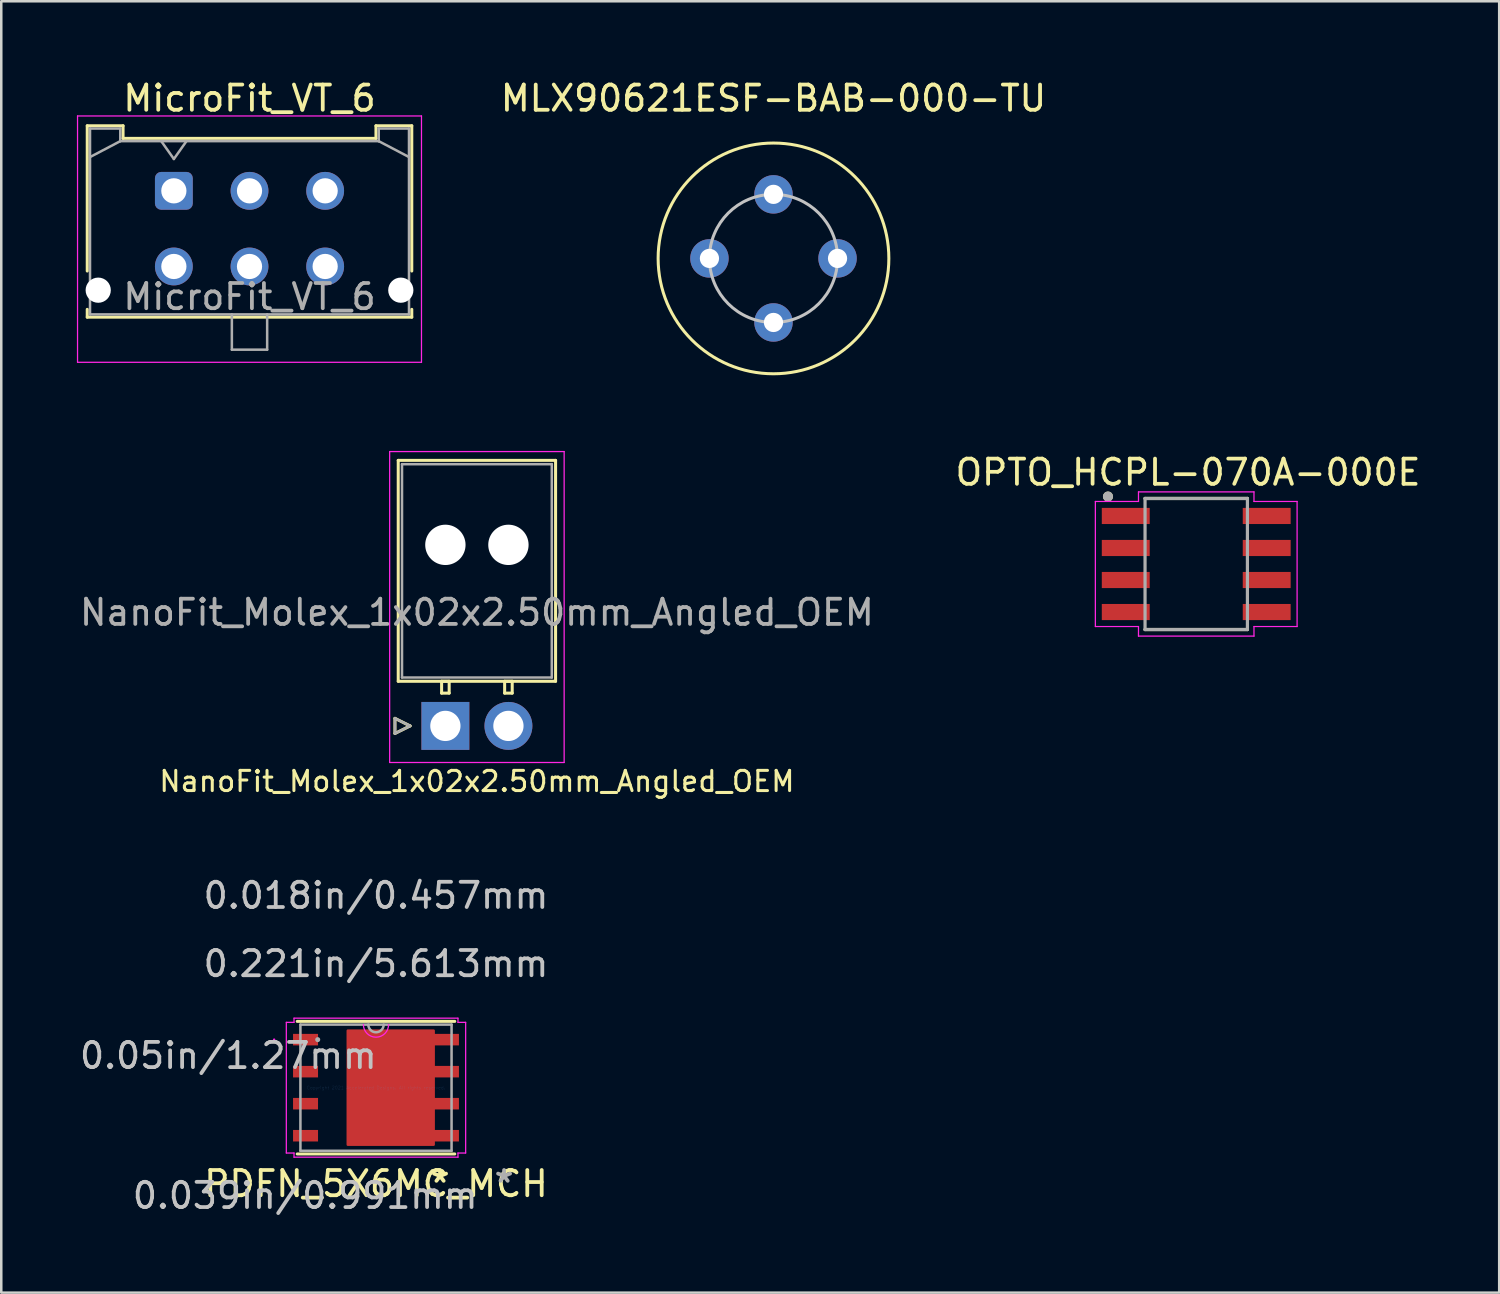
<source format=kicad_pcb>
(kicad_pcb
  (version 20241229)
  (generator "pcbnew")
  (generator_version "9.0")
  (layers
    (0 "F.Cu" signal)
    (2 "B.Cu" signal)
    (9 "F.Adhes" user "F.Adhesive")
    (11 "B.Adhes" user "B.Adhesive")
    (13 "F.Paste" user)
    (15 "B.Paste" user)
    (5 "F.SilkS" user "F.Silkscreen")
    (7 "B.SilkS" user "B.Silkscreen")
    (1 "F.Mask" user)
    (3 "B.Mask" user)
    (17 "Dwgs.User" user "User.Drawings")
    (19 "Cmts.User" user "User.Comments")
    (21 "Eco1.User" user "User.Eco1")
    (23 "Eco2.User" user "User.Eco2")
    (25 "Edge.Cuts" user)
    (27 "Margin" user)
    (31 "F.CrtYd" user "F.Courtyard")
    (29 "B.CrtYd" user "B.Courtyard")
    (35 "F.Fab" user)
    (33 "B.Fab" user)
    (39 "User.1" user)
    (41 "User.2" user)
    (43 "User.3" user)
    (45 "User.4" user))
  (footprint "NanoFit_Molex_1x02x2.50mm_Angled_OEM"
    (layer "F.Cu")
    (at 14.613 25.738)
    (property "Reference" "NanoFit_Molex_1x02x2.50mm_Angled_OEM" (at 1.25 2.2 0) (layer "F.SilkS") (effects (font (size 0.8 0.8) (thickness 0.12))))
    (attr through_hole)
    (fp_line (start -2 -0.3) (end -1.4 0) (stroke (width 0.12) (type solid)) (layer "F.SilkS"))
    (fp_line (start -2 0.3) (end -2 -0.3) (stroke (width 0.12) (type solid)) (layer "F.SilkS"))
    (fp_line (start -1.87 -10.53) (end -1.87 -1.77) (stroke (width 0.12) (type solid)) (layer "F.SilkS"))
    (fp_line (start -1.87 -1.77) (end 4.37 -1.77) (stroke (width 0.12) (type solid)) (layer "F.SilkS"))
    (fp_line (start -1.4 0) (end -2 0.3) (stroke (width 0.12) (type solid)) (layer "F.SilkS"))
    (fp_line (start -0.15 -1.77) (end -0.15 -1.3) (stroke (width 0.12) (type solid)) (layer "F.SilkS"))
    (fp_line (start -0.15 -1.3) (end 0.15 -1.3) (stroke (width 0.12) (type solid)) (layer "F.SilkS"))
    (fp_line (start 0.15 -1.77) (end -0.15 -1.77) (stroke (width 0.12) (type solid)) (layer "F.SilkS"))
    (fp_line (start 0.15 -1.3) (end 0.15 -1.77) (stroke (width 0.12) (type solid)) (layer "F.SilkS"))
    (fp_line (start 2.35 -1.77) (end 2.35 -1.3) (stroke (width 0.12) (type solid)) (layer "F.SilkS"))
    (fp_line (start 2.35 -1.3) (end 2.65 -1.3) (stroke (width 0.12) (type solid)) (layer "F.SilkS"))
    (fp_line (start 2.65 -1.77) (end 2.35 -1.77) (stroke (width 0.12) (type solid)) (layer "F.SilkS"))
    (fp_line (start 2.65 -1.3) (end 2.65 -1.77) (stroke (width 0.12) (type solid)) (layer "F.SilkS"))
    (fp_line (start 4.37 -10.53) (end -1.87 -10.53) (stroke (width 0.12) (type solid)) (layer "F.SilkS"))
    (fp_line (start 4.37 -1.77) (end 4.37 -10.53) (stroke (width 0.12) (type solid)) (layer "F.SilkS"))
    (fp_line (start -2.21 -10.88) (end -2.21 1.45) (stroke (width 0.05) (type solid)) (layer "F.CrtYd"))
    (fp_line (start -2.21 1.45) (end 4.71 1.45) (stroke (width 0.05) (type solid)) (layer "F.CrtYd"))
    (fp_line (start 4.71 -10.88) (end -2.21 -10.88) (stroke (width 0.05) (type solid)) (layer "F.CrtYd"))
    (fp_line (start 4.71 1.45) (end 4.71 -10.88) (stroke (width 0.05) (type solid)) (layer "F.CrtYd"))
    (fp_line (start -2 -0.3) (end -1.4 0) (stroke (width 0.1) (type solid)) (layer "F.Fab"))
    (fp_line (start -2 0.3) (end -2 -0.3) (stroke (width 0.1) (type solid)) (layer "F.Fab"))
    (fp_line (start -1.72 -10.38) (end -1.72 -1.92) (stroke (width 0.1) (type solid)) (layer "F.Fab"))
    (fp_line (start -1.72 -1.92) (end 4.22 -1.92) (stroke (width 0.1) (type solid)) (layer "F.Fab"))
    (fp_line (start -1.4 0) (end -2 0.3) (stroke (width 0.1) (type solid)) (layer "F.Fab"))
    (fp_line (start 4.22 -10.38) (end -1.72 -10.38) (stroke (width 0.1) (type solid)) (layer "F.Fab"))
    (fp_line (start 4.22 -1.92) (end 4.22 -10.38) (stroke (width 0.1) (type solid)) (layer "F.Fab"))
    (fp_text user "${REFERENCE}" (at 1.25 -4.5 0) (layer "F.Fab") (effects (font (size 1 1) (thickness 0.15))))
    (pad "" np_thru_hole circle (at 0 -7.18) (size 1.6 1.6) (drill 1.6) (layers "*.Cu" "*.Mask"))
    (pad "" np_thru_hole circle (at 2.5 -7.18) (size 1.6 1.6) (drill 1.6) (layers "*.Cu" "*.Mask"))
    (pad "1" thru_hole rect (at 0 0) (size 1.9 1.9) (drill 1.2) (layers "*.Cu" "*.Mask"))
    (pad "2" thru_hole circle (at 2.5 0) (size 1.9 1.9) (drill 1.2) (layers "*.Cu" "*.Mask")))
  (footprint "MLX90621ESF-BAB-000-TU"
    (layer "F.Cu")
    (at 27.625 7.198)
    (property "Reference" "MLX90621ESF-BAB-000-TU" (at 0 -6.35 0) (layer "F.SilkS") (effects (font (size 1 1) (thickness 0.15))))
    (attr through_hole)
    (fp_circle (center 0 0) (end 4.575 0) (stroke (width 0.12) (type solid)) (fill no) (layer "F.SilkS"))
    (fp_circle (center 0 0) (end 2.54 0) (stroke (width 0.12) (type solid)) (fill no) (layer "Dwgs.User"))
    (pad "1" thru_hole circle (at 0 -2.54) (size 1.524 1.524) (drill 0.762) (layers "*.Cu" "*.Mask"))
    (pad "2" thru_hole circle (at 2.54 0) (size 1.524 1.524) (drill 0.762) (layers "*.Cu" "*.Mask"))
    (pad "3" thru_hole circle (at 0 2.54) (size 1.524 1.524) (drill 0.762) (layers "*.Cu" "*.Mask"))
    (pad "4" thru_hole circle (at -2.54 0) (size 1.524 1.524) (drill 0.762) (layers "*.Cu" "*.Mask")))
  (footprint "MicroFit_VT_6"
    (layer "F.Cu")
    (at 3.845 4.518)
    (property "Reference" "MicroFit_VT_6" (at 3 -3.67 0) (layer "F.SilkS") (effects (font (size 1 1) (thickness 0.15))))
    (attr through_hole)
    (fp_line (start -3.435 -2.58) (end -2.015 -2.58) (stroke (width 0.12) (type solid)) (layer "F.SilkS"))
    (fp_line (start -3.435 3.18) (end -3.435 -2.58) (stroke (width 0.12) (type solid)) (layer "F.SilkS"))
    (fp_line (start -3.435 4.7) (end -3.435 5.01) (stroke (width 0.12) (type solid)) (layer "F.SilkS"))
    (fp_line (start -3.435 5.01) (end 9.435 5.01) (stroke (width 0.12) (type solid)) (layer "F.SilkS"))
    (fp_line (start -2.015 -2.58) (end -2.015 -2.08) (stroke (width 0.12) (type solid)) (layer "F.SilkS"))
    (fp_line (start -2.015 -2.08) (end 8.015 -2.08) (stroke (width 0.12) (type solid)) (layer "F.SilkS"))
    (fp_line (start 8.015 -2.58) (end 9.435 -2.58) (stroke (width 0.12) (type solid)) (layer "F.SilkS"))
    (fp_line (start 8.015 -2.08) (end 8.015 -2.58) (stroke (width 0.12) (type solid)) (layer "F.SilkS"))
    (fp_line (start 9.435 -2.58) (end 9.435 3.18) (stroke (width 0.12) (type solid)) (layer "F.SilkS"))
    (fp_line (start 9.435 5.01) (end 9.435 4.7) (stroke (width 0.12) (type solid)) (layer "F.SilkS"))
    (fp_line (start -3.82 -2.97) (end 9.82 -2.97) (stroke (width 0.05) (type solid)) (layer "F.CrtYd"))
    (fp_line (start -3.82 6.8) (end -3.82 -2.97) (stroke (width 0.05) (type solid)) (layer "F.CrtYd"))
    (fp_line (start 9.82 -2.97) (end 9.82 6.8) (stroke (width 0.05) (type solid)) (layer "F.CrtYd"))
    (fp_line (start 9.82 6.8) (end -3.82 6.8) (stroke (width 0.05) (type solid)) (layer "F.CrtYd"))
    (fp_line (start -3.325 -2.47) (end -3.325 4.9) (stroke (width 0.1) (type solid)) (layer "F.Fab"))
    (fp_line (start -3.325 -1.34) (end -2.125 -1.97) (stroke (width 0.1) (type solid)) (layer "F.Fab"))
    (fp_line (start -3.325 4.9) (end 9.325 4.9) (stroke (width 0.1) (type solid)) (layer "F.Fab"))
    (fp_line (start -2.125 -2.47) (end -3.325 -2.47) (stroke (width 0.1) (type solid)) (layer "F.Fab"))
    (fp_line (start -2.125 -1.97) (end -2.125 -2.47) (stroke (width 0.1) (type solid)) (layer "F.Fab"))
    (fp_line (start -0.5 -1.97) (end 0 -1.263) (stroke (width 0.1) (type solid)) (layer "F.Fab"))
    (fp_line (start 0 -1.263) (end 0.5 -1.97) (stroke (width 0.1) (type solid)) (layer "F.Fab"))
    (fp_line (start 2.3 4.9) (end 2.3 6.3) (stroke (width 0.1) (type solid)) (layer "F.Fab"))
    (fp_line (start 2.3 6.3) (end 3.7 6.3) (stroke (width 0.1) (type solid)) (layer "F.Fab"))
    (fp_line (start 3.7 6.3) (end 3.7 4.9) (stroke (width 0.1) (type solid)) (layer "F.Fab"))
    (fp_line (start 8.125 -2.47) (end 8.125 -1.97) (stroke (width 0.1) (type solid)) (layer "F.Fab"))
    (fp_line (start 8.125 -1.97) (end -2.125 -1.97) (stroke (width 0.1) (type solid)) (layer "F.Fab"))
    (fp_line (start 9.325 -2.47) (end 8.125 -2.47) (stroke (width 0.1) (type solid)) (layer "F.Fab"))
    (fp_line (start 9.325 -1.34) (end 8.125 -1.97) (stroke (width 0.1) (type solid)) (layer "F.Fab"))
    (fp_line (start 9.325 4.9) (end 9.325 -2.47) (stroke (width 0.1) (type solid)) (layer "F.Fab"))
    (fp_text user "${REFERENCE}" (at 3 4.2 0) (layer "F.Fab") (effects (font (size 1 1) (thickness 0.15))))
    (pad "" np_thru_hole circle (at -3 3.94) (size 1 1) (drill 1) (layers "*.Cu" "*.Mask"))
    (pad "" np_thru_hole circle (at 9 3.94) (size 1 1) (drill 1) (layers "*.Cu" "*.Mask"))
    (pad "1" thru_hole roundrect (at 0 0) (size 1.5 1.5) (drill 1) (layers "*.Cu" "*.Mask") (roundrect_rratio 0.167))
    (pad "2" thru_hole circle (at 3 0) (size 1.5 1.5) (drill 1) (layers "*.Cu" "*.Mask"))
    (pad "3" thru_hole circle (at 6 0) (size 1.5 1.5) (drill 1) (layers "*.Cu" "*.Mask"))
    (pad "4" thru_hole circle (at 0 3) (size 1.5 1.5) (drill 1) (layers "*.Cu" "*.Mask"))
    (pad "5" thru_hole circle (at 3 3) (size 1.5 1.5) (drill 1) (layers "*.Cu" "*.Mask"))
    (pad "6" thru_hole circle (at 6 3) (size 1.5 1.5) (drill 1) (layers "*.Cu" "*.Mask")))
  (footprint "PDFN_5X6MC_MCH"
    (layer "F.Cu")
    (at 11.861 40.085)
    (property "Reference" "PDFN_5X6MC_MCH" (at 0 3.81 0) (layer "F.SilkS") (effects (font (size 1 1) (thickness 0.15))))
    (attr through_hole)
    (fp_poly (pts (xy 2.286 -2.261) (xy -1.118 -2.261) (xy -1.118 2.261) (xy 2.286 2.261)) (stroke (width 0.1) (type solid)) (fill yes) (layer "F.Cu"))
    (fp_poly (pts (xy 2.286 -2.261) (xy -1.118 -2.261) (xy -1.118 2.261) (xy 2.286 2.261)) (stroke (width 0.1) (type solid)) (fill yes) (layer "F.Mask"))
    (fp_line (start -3.124 2.629) (end 3.124 2.629) (stroke (width 0.12) (type solid)) (layer "F.SilkS"))
    (fp_line (start 3.124 -2.629) (end -3.124 -2.629) (stroke (width 0.12) (type solid)) (layer "F.SilkS"))
    (fp_poly (pts (xy -3.289 -2.134) (xy -3.289 -1.676) (xy -2.299 -1.676) (xy -2.299 -2.134)) (stroke (width 0.1) (type solid)) (fill yes) (layer "F.Paste"))
    (fp_poly (pts (xy -3.289 -0.864) (xy -3.289 -0.406) (xy -2.299 -0.406) (xy -2.299 -0.864)) (stroke (width 0.1) (type solid)) (fill yes) (layer "F.Paste"))
    (fp_poly (pts (xy -3.289 0.406) (xy -3.289 0.864) (xy -2.299 0.864) (xy -2.299 0.406)) (stroke (width 0.1) (type solid)) (fill yes) (layer "F.Paste"))
    (fp_poly (pts (xy -3.289 1.676) (xy -3.289 2.134) (xy -2.299 2.134) (xy -2.299 1.676)) (stroke (width 0.1) (type solid)) (fill yes) (layer "F.Paste"))
    (fp_poly (pts (xy -1.018 -2.161) (xy -1.018 -0.854) (xy 0.484 -0.854) (xy 0.484 -2.161)) (stroke (width 0.1) (type solid)) (fill yes) (layer "F.Paste"))
    (fp_poly (pts (xy -1.018 -2.161) (xy -1.018 -0.854) (xy 0.484 -0.854) (xy 0.484 -2.161)) (stroke (width 0.1) (type solid)) (fill yes) (layer "F.Paste"))
    (fp_poly (pts (xy -1.018 -2.161) (xy -1.018 -0.854) (xy 0.484 -0.854) (xy 0.484 -2.161)) (stroke (width 0.1) (type solid)) (fill yes) (layer "F.Paste"))
    (fp_poly (pts (xy -1.018 -0.654) (xy -1.018 0.654) (xy 0.484 0.654) (xy 0.484 -0.654)) (stroke (width 0.1) (type solid)) (fill yes) (layer "F.Paste"))
    (fp_poly (pts (xy -1.018 -0.654) (xy -1.018 0.654) (xy 0.484 0.654) (xy 0.484 -0.654)) (stroke (width 0.1) (type solid)) (fill yes) (layer "F.Paste"))
    (fp_poly (pts (xy -1.018 -0.654) (xy -1.018 0.654) (xy 0.484 0.654) (xy 0.484 -0.654)) (stroke (width 0.1) (type solid)) (fill yes) (layer "F.Paste"))
    (fp_poly (pts (xy -1.018 0.854) (xy -1.018 2.161) (xy 0.484 2.161) (xy 0.484 0.854)) (stroke (width 0.1) (type solid)) (fill yes) (layer "F.Paste"))
    (fp_poly (pts (xy -1.018 0.854) (xy -1.018 2.161) (xy 0.484 2.161) (xy 0.484 0.854)) (stroke (width 0.1) (type solid)) (fill yes) (layer "F.Paste"))
    (fp_poly (pts (xy -1.018 0.854) (xy -1.018 2.161) (xy 0.484 2.161) (xy 0.484 0.854)) (stroke (width 0.1) (type solid)) (fill yes) (layer "F.Paste"))
    (fp_poly (pts (xy 0.684 -2.161) (xy 0.684 -0.854) (xy 2.186 -0.854) (xy 2.186 -2.161)) (stroke (width 0.1) (type solid)) (fill yes) (layer "F.Paste"))
    (fp_poly (pts (xy 0.684 -2.161) (xy 0.684 -0.854) (xy 2.186 -0.854) (xy 2.186 -2.161)) (stroke (width 0.1) (type solid)) (fill yes) (layer "F.Paste"))
    (fp_poly (pts (xy 0.684 -2.161) (xy 0.684 -0.854) (xy 2.186 -0.854) (xy 2.186 -2.161)) (stroke (width 0.1) (type solid)) (fill yes) (layer "F.Paste"))
    (fp_poly (pts (xy 0.684 -0.654) (xy 0.684 0.654) (xy 2.186 0.654) (xy 2.186 -0.654)) (stroke (width 0.1) (type solid)) (fill yes) (layer "F.Paste"))
    (fp_poly (pts (xy 0.684 -0.654) (xy 0.684 0.654) (xy 2.186 0.654) (xy 2.186 -0.654)) (stroke (width 0.1) (type solid)) (fill yes) (layer "F.Paste"))
    (fp_poly (pts (xy 0.684 -0.654) (xy 0.684 0.654) (xy 2.186 0.654) (xy 2.186 -0.654)) (stroke (width 0.1) (type solid)) (fill yes) (layer "F.Paste"))
    (fp_poly (pts (xy 0.684 0.854) (xy 0.684 2.161) (xy 2.186 2.161) (xy 2.186 0.854)) (stroke (width 0.1) (type solid)) (fill yes) (layer "F.Paste"))
    (fp_poly (pts (xy 0.684 0.854) (xy 0.684 2.161) (xy 2.186 2.161) (xy 2.186 0.854)) (stroke (width 0.1) (type solid)) (fill yes) (layer "F.Paste"))
    (fp_poly (pts (xy 0.684 0.854) (xy 0.684 2.161) (xy 2.186 2.161) (xy 2.186 0.854)) (stroke (width 0.1) (type solid)) (fill yes) (layer "F.Paste"))
    (fp_poly (pts (xy 2.299 -2.134) (xy 2.299 -1.676) (xy 3.289 -1.676) (xy 3.289 -2.134)) (stroke (width 0.1) (type solid)) (fill yes) (layer "F.Paste"))
    (fp_poly (pts (xy 2.299 -0.864) (xy 2.299 -0.406) (xy 3.289 -0.406) (xy 3.289 -0.864)) (stroke (width 0.1) (type solid)) (fill yes) (layer "F.Paste"))
    (fp_poly (pts (xy 2.299 0.406) (xy 2.299 0.864) (xy 3.289 0.864) (xy 3.289 0.406)) (stroke (width 0.1) (type solid)) (fill yes) (layer "F.Paste"))
    (fp_poly (pts (xy 2.299 1.676) (xy 2.299 2.134) (xy 3.289 2.134) (xy 3.289 1.676)) (stroke (width 0.1) (type solid)) (fill yes) (layer "F.Paste"))
    (fp_line (start -3.556 -2.591) (end -3.251 -2.591) (stroke (width 0.05) (type solid)) (layer "F.CrtYd"))
    (fp_line (start -3.556 2.591) (end -3.556 -2.591) (stroke (width 0.05) (type solid)) (layer "F.CrtYd"))
    (fp_line (start -3.251 -2.756) (end 3.251 -2.756) (stroke (width 0.05) (type solid)) (layer "F.CrtYd"))
    (fp_line (start -3.251 -2.591) (end -3.251 -2.756) (stroke (width 0.05) (type solid)) (layer "F.CrtYd"))
    (fp_line (start -3.251 2.591) (end -3.556 2.591) (stroke (width 0.05) (type solid)) (layer "F.CrtYd"))
    (fp_line (start -3.251 2.756) (end -3.251 2.591) (stroke (width 0.05) (type solid)) (layer "F.CrtYd"))
    (fp_line (start 3.251 -2.756) (end 3.251 -2.591) (stroke (width 0.05) (type solid)) (layer "F.CrtYd"))
    (fp_line (start 3.251 -2.591) (end 3.556 -2.591) (stroke (width 0.05) (type solid)) (layer "F.CrtYd"))
    (fp_line (start 3.251 2.591) (end 3.251 2.756) (stroke (width 0.05) (type solid)) (layer "F.CrtYd"))
    (fp_line (start 3.251 2.756) (end -3.251 2.756) (stroke (width 0.05) (type solid)) (layer "F.CrtYd"))
    (fp_line (start 3.556 -2.591) (end 3.556 2.591) (stroke (width 0.05) (type solid)) (layer "F.CrtYd"))
    (fp_line (start 3.556 2.591) (end 3.251 2.591) (stroke (width 0.05) (type solid)) (layer "F.CrtYd"))
    (fp_arc (start 0.499533 -2.5019) (mid 0 -2.002367) (end -0.499533 -2.5019) (stroke (width 0.05) (type solid)) (layer "F.CrtYd"))
    (fp_circle (center -4.039 -1.905) (end -4.039 -1.905) (stroke (width 0.05) (type solid)) (fill no) (layer "F.CrtYd"))
    (fp_line (start -2.997 -2.502) (end -2.997 2.502) (stroke (width 0.1) (type solid)) (layer "F.Fab"))
    (fp_line (start -2.997 2.502) (end 2.997 2.502) (stroke (width 0.1) (type solid)) (layer "F.Fab"))
    (fp_line (start 2.997 -2.502) (end -2.997 -2.502) (stroke (width 0.1) (type solid)) (layer "F.Fab"))
    (fp_line (start 2.997 2.502) (end 2.997 -2.502) (stroke (width 0.1) (type solid)) (layer "F.Fab"))
    (fp_arc (start 0.3048 -2.5019) (mid 0 -2.1971) (end -0.3048 -2.5019) (stroke (width 0.1) (type solid)) (layer "F.Fab"))
    (fp_circle (center -2.311 -1.905) (end -2.311 -1.905) (stroke (width 0.1) (type solid)) (fill no) (layer "F.Fab"))
    (fp_text user "*" (at 2.54 3.81 0) (layer "F.SilkS") (effects (font (size 1 1) (thickness 0.15))))
    (fp_text user "0.05in/1.27mm" (at -5.855 -1.27 0) (layer "Dwgs.User") (effects (font (size 1 1) (thickness 0.15))))
    (fp_text user "0.018in/0.457mm" (at 0 -7.62 0) (layer "Dwgs.User") (effects (font (size 1 1) (thickness 0.15))))
    (fp_text user "0.221in/5.613mm" (at 0 -4.915 0) (layer "Dwgs.User") (effects (font (size 1 1) (thickness 0.15))))
    (fp_text user "0.039in/0.991mm" (at -2.807 4.28 0) (layer "Dwgs.User") (effects (font (size 1 1) (thickness 0.15))))
    (fp_text user "Copyright 2021 Accelerated Designs. All rights reserved." (at 0 0 0) (layer "Cmts.User") (effects (font (size 0.127 0.127) (thickness 0.002))))
    (fp_text user "*" (at 5.08 3.81 0) (layer "F.Fab") (effects (font (size 1 1) (thickness 0.15))))
    (pad "1" smd rect (at -2.794 -1.905) (size 0.991 0.457) (layers "F.Cu" "F.Mask"))
    (pad "1" smd rect (at -2.794 -0.635) (size 0.991 0.457) (layers "F.Cu" "F.Mask"))
    (pad "1" smd rect (at -2.794 0.635) (size 0.991 0.457) (layers "F.Cu" "F.Mask"))
    (pad "2" smd rect (at -2.794 1.905) (size 0.991 0.457) (layers "F.Cu" "F.Mask"))
    (pad "3" smd rect (at 2.794 -1.905) (size 0.991 0.457) (layers "F.Cu" "F.Mask"))
    (pad "3" smd rect (at 2.794 -0.635) (size 0.991 0.457) (layers "F.Cu" "F.Mask"))
    (pad "3" smd rect (at 2.794 0.635) (size 0.991 0.457) (layers "F.Cu" "F.Mask"))
    (pad "3" smd rect (at 2.794 1.905) (size 0.991 0.457) (layers "F.Cu" "F.Mask")))
  (footprint "OPTO_HCPL-070A-000E"
    (layer "F.Cu")
    (at 44.39 19.317)
    (property "Reference" "OPTO_HCPL-070A-000E" (at -0.325 -3.635 0) (layer "F.SilkS") (effects (font (size 1 1) (thickness 0.15))))
    (attr through_hole)
    (fp_line (start -2.03 -2.6) (end 2.03 -2.6) (stroke (width 0.127) (type solid)) (layer "F.SilkS"))
    (fp_line (start -2.03 2.6) (end 2.03 2.6) (stroke (width 0.127) (type solid)) (layer "F.SilkS"))
    (fp_circle (center -3.5 -2.675) (end -3.4 -2.675) (stroke (width 0.2) (type solid)) (fill no) (layer "F.SilkS"))
    (fp_line (start -4 -2.48) (end -2.29 -2.48) (stroke (width 0.05) (type solid)) (layer "F.CrtYd"))
    (fp_line (start -4 2.48) (end -4 -2.48) (stroke (width 0.05) (type solid)) (layer "F.CrtYd"))
    (fp_line (start -2.29 -2.86) (end 2.29 -2.86) (stroke (width 0.05) (type solid)) (layer "F.CrtYd"))
    (fp_line (start -2.29 -2.48) (end -2.29 -2.86) (stroke (width 0.05) (type solid)) (layer "F.CrtYd"))
    (fp_line (start -2.29 2.48) (end -4 2.48) (stroke (width 0.05) (type solid)) (layer "F.CrtYd"))
    (fp_line (start -2.29 2.86) (end -2.29 2.48) (stroke (width 0.05) (type solid)) (layer "F.CrtYd"))
    (fp_line (start 2.29 -2.86) (end 2.29 -2.48) (stroke (width 0.05) (type solid)) (layer "F.CrtYd"))
    (fp_line (start 2.29 -2.48) (end 4 -2.48) (stroke (width 0.05) (type solid)) (layer "F.CrtYd"))
    (fp_line (start 2.29 2.48) (end 2.29 2.86) (stroke (width 0.05) (type solid)) (layer "F.CrtYd"))
    (fp_line (start 2.29 2.86) (end -2.29 2.86) (stroke (width 0.05) (type solid)) (layer "F.CrtYd"))
    (fp_line (start 4 -2.48) (end 4 2.48) (stroke (width 0.05) (type solid)) (layer "F.CrtYd"))
    (fp_line (start 4 2.48) (end 2.29 2.48) (stroke (width 0.05) (type solid)) (layer "F.CrtYd"))
    (fp_line (start -2.03 -2.6) (end 2.03 -2.6) (stroke (width 0.127) (type solid)) (layer "F.Fab"))
    (fp_line (start -2.03 2.6) (end -2.03 -2.6) (stroke (width 0.127) (type solid)) (layer "F.Fab"))
    (fp_line (start 2.03 -2.6) (end 2.03 2.6) (stroke (width 0.127) (type solid)) (layer "F.Fab"))
    (fp_line (start 2.03 2.6) (end -2.03 2.6) (stroke (width 0.127) (type solid)) (layer "F.Fab"))
    (fp_circle (center -3.5 -2.675) (end -3.4 -2.675) (stroke (width 0.2) (type solid)) (fill no) (layer "F.Fab"))
    (pad "1" smd rect (at -2.795 -1.905) (size 1.9 0.64) (layers "F.Cu" "F.Mask" "F.Paste"))
    (pad "2" smd rect (at -2.795 -0.635) (size 1.9 0.64) (layers "F.Cu" "F.Mask" "F.Paste"))
    (pad "3" smd rect (at -2.795 0.635) (size 1.9 0.64) (layers "F.Cu" "F.Mask" "F.Paste"))
    (pad "4" smd rect (at -2.795 1.905) (size 1.9 0.64) (layers "F.Cu" "F.Mask" "F.Paste"))
    (pad "5" smd rect (at 2.795 1.905) (size 1.9 0.64) (layers "F.Cu" "F.Mask" "F.Paste"))
    (pad "6" smd rect (at 2.795 0.635) (size 1.9 0.64) (layers "F.Cu" "F.Mask" "F.Paste"))
    (pad "7" smd rect (at 2.795 -0.635) (size 1.9 0.64) (layers "F.Cu" "F.Mask" "F.Paste"))
    (pad "8" smd rect (at 2.795 -1.905) (size 1.9 0.64) (layers "F.Cu" "F.Mask" "F.Paste")))
  (gr_rect
    (start -3 -3)
    (end 56.405 48.213)
    (stroke (width 0.1) (type default))
    (fill no)
    (layer "Edge.Cuts")))
</source>
